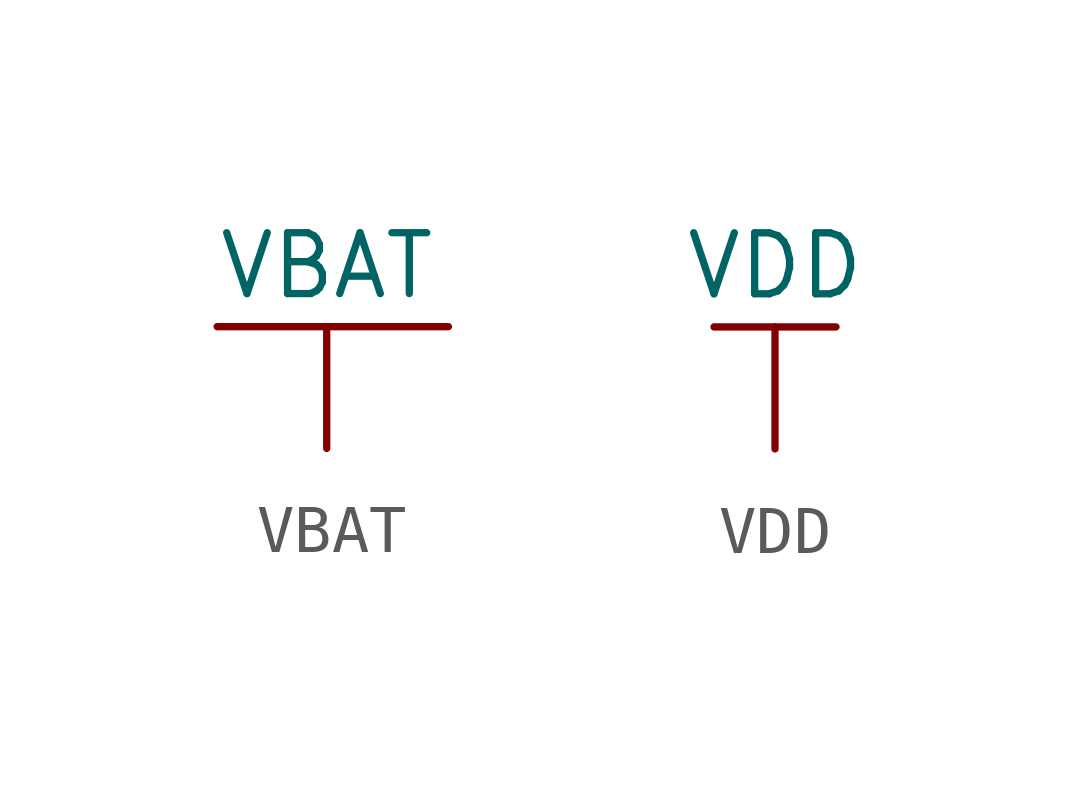
<source format=kicad_sym>
(kicad_symbol_lib
  (version 20211014)
  (generator kicad_symbol_editor)
  (symbol "VBAT"
    (power)
    (pin_names
      (offset 0))
    (property "Reference" "#PWR"
      (at 0 -3.81 0)
      (effects (font (size 1.27 1.27)) hide))
    (property "Value" "VBAT"
      (at 0 3.81 0)
      (effects (font (size 1.27 1.27))))
    (symbol "VBAT_0_1"
      (polyline (pts (xy -2.286 2.54) (xy 2.54 2.54)) (stroke (width 0) (type default) (color 0 0 0 0)) (fill (type none)))
      (polyline (pts (xy 0 0) (xy 0 2.54)) (stroke (width 0) (type default) (color 0 0 0 0)) (fill (type none))))
    (symbol "VBAT_1_1"
      (pin power_in line (at 0 0 90) (length 0) hide (name "VBAT" (effects (font (size 1.27 1.27)))) (number "1" (effects (font (size 1.27 1.27)))))))
  (symbol "VDD"
    (power)
    (pin_names
      (offset 0))
    (property "Reference" "#PWR"
      (at 0 -3.81 0)
      (effects (font (size 1.27 1.27)) hide))
    (property "Value" "VDD"
      (at 0 3.81 0)
      (effects (font (size 1.27 1.27))))
    (symbol "VDD_0_1"
      (polyline (pts (xy -1.27 2.54) (xy 1.27 2.54)) (stroke (width 0) (type default) (color 0 0 0 0)) (fill (type none)))
      (polyline (pts (xy 0 0) (xy 0 2.54)) (stroke (width 0) (type default) (color 0 0 0 0)) (fill (type none))))
    (symbol "VDD_1_1"
      (pin power_in line (at 0 0 90) (length 0) hide (name "VDD" (effects (font (size 1.27 1.27)))) (number "1" (effects (font (size 1.27 1.27))))))))
</source>
